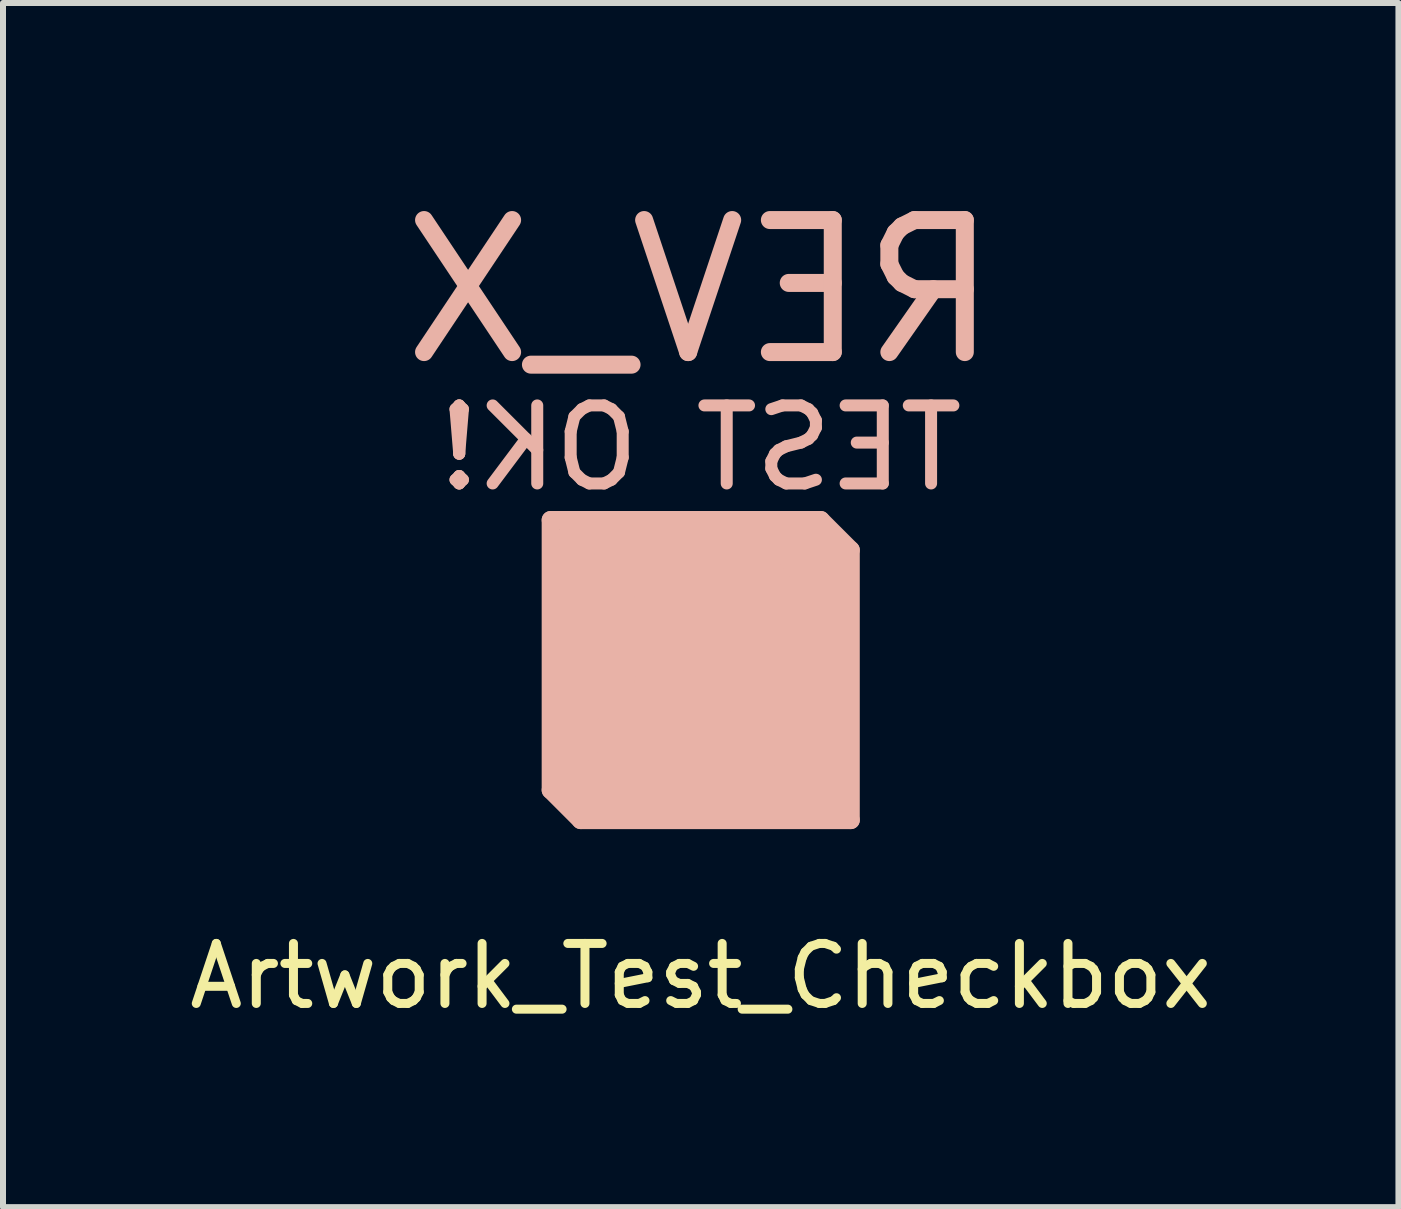
<source format=kicad_pcb>
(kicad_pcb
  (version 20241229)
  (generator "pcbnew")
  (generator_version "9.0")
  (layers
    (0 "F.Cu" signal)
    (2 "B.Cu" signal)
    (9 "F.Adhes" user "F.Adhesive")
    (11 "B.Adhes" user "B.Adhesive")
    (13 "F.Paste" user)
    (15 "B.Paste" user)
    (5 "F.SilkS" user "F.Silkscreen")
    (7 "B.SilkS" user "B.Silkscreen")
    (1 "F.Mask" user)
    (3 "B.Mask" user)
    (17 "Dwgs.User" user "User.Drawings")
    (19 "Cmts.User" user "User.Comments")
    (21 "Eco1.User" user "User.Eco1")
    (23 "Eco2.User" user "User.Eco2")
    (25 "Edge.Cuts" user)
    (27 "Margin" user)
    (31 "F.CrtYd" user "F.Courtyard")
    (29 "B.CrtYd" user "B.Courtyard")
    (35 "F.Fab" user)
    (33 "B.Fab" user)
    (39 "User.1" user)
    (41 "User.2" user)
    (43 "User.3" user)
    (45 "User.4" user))
  (footprint "Artwork_Test_Checkbox"
    (layer "F.Cu")
    (at 8.625 8.114)
    (property "Reference" "Artwork_Test_Checkbox" (at 0 5.1 0) (layer "F.SilkS") (effects (font (size 1 1) (thickness 0.15))))
    (attr through_hole)
    (fp_line (start -2.5 -2.5) (end 2 -2.5) (stroke (width 0.3) (type solid)) (layer "B.SilkS"))
    (fp_line (start -2.5 2) (end -2.5 -2.5) (stroke (width 0.3) (type solid)) (layer "B.SilkS"))
    (fp_line (start -2 -2) (end -2 1.7) (stroke (width 1) (type solid)) (layer "B.SilkS"))
    (fp_line (start -2 1.7) (end -1.8 2) (stroke (width 1) (type solid)) (layer "B.SilkS"))
    (fp_line (start -2 2.5) (end -2.5 2) (stroke (width 0.3) (type solid)) (layer "B.SilkS"))
    (fp_line (start -1.8 2) (end 2 2) (stroke (width 1) (type solid)) (layer "B.SilkS"))
    (fp_line (start -1.3 -2.1) (end -1.3 1.1) (stroke (width 1) (type solid)) (layer "B.SilkS"))
    (fp_line (start -1.3 1.1) (end 1.3 1.1) (stroke (width 1) (type solid)) (layer "B.SilkS"))
    (fp_line (start -0.6 -1.2) (end -0.6 0.2) (stroke (width 1) (type solid)) (layer "B.SilkS"))
    (fp_line (start -0.6 0.2) (end 0.6 0.2) (stroke (width 1) (type solid)) (layer "B.SilkS"))
    (fp_line (start 0.6 -0.4) (end 0 -0.4) (stroke (width 1) (type solid)) (layer "B.SilkS"))
    (fp_line (start 0.6 0.2) (end 0.6 -0.4) (stroke (width 1) (type solid)) (layer "B.SilkS"))
    (fp_line (start 1.3 -1.2) (end -0.6 -1.2) (stroke (width 1) (type solid)) (layer "B.SilkS"))
    (fp_line (start 1.3 1.1) (end 1.3 -1.2) (stroke (width 1) (type solid)) (layer "B.SilkS"))
    (fp_line (start 1.7 -2.1) (end -1.3 -2.1) (stroke (width 1) (type solid)) (layer "B.SilkS"))
    (fp_line (start 2 -2.5) (end 2.5 -2) (stroke (width 0.3) (type solid)) (layer "B.SilkS"))
    (fp_line (start 2 -1.7) (end 1.7 -2.1) (stroke (width 1) (type solid)) (layer "B.SilkS"))
    (fp_line (start 2 2) (end 2 -1.7) (stroke (width 1) (type solid)) (layer "B.SilkS"))
    (fp_line (start 2.5 -2) (end 2.5 2.5) (stroke (width 0.3) (type solid)) (layer "B.SilkS"))
    (fp_line (start 2.5 2.5) (end -2 2.5) (stroke (width 0.3) (type solid)) (layer "B.SilkS"))
    (fp_text user "TEST OK!" (at 0 -3.7 0) (layer "B.SilkS") (effects (font (size 1.3 1.3) (thickness 0.2)) (justify mirror)))
    (fp_text user "REV_X" (at 0 -6.3 0) (layer "B.SilkS") (effects (font (size 2.2 2.2) (thickness 0.3)) (justify mirror))))
  (gr_rect
    (start -3 -3)
    (end 20.25 17.062)
    (stroke (width 0.1) (type default))
    (fill no)
    (layer "Edge.Cuts")))
</source>
